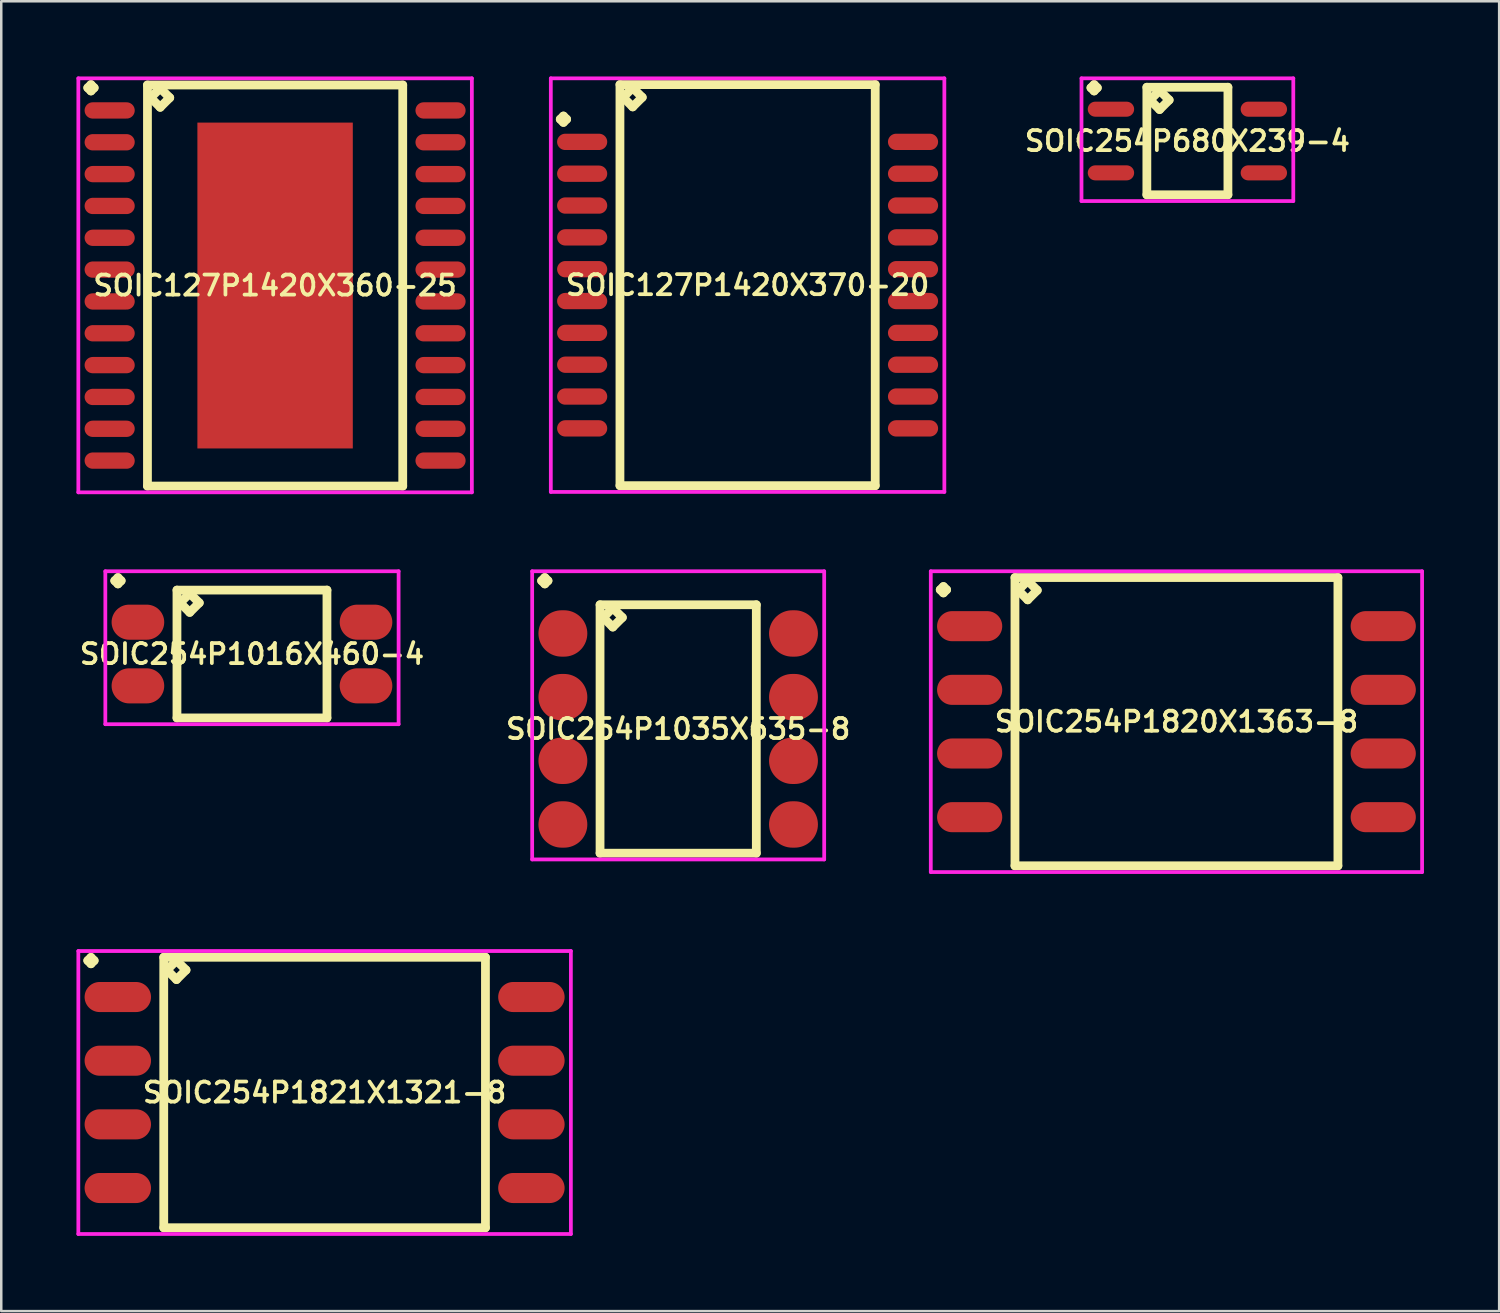
<source format=kicad_pcb>
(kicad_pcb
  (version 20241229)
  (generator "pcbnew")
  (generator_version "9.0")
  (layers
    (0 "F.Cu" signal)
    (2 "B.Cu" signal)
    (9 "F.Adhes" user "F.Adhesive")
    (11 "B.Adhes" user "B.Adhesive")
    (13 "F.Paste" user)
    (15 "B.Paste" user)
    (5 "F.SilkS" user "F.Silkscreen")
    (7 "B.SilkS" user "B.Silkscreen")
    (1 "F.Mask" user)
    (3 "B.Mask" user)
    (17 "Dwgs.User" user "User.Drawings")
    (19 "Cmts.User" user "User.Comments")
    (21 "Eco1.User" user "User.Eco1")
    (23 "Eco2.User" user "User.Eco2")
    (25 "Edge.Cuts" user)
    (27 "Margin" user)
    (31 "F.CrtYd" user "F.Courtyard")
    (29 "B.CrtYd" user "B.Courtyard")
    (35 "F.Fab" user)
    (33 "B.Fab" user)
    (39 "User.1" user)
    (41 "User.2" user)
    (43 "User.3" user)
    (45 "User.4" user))
  (footprint "SOIC127P1420X370-20"
    (layer "F.Cu")
    (at 26.775 8.325)
    (property "Reference" "SOIC127P1420X370-20" (at 0 0 0) (layer "F.SilkS") (effects (font (size 0.8 0.8) (thickness 0.15))))
    (attr smd)
    (fp_line (start -7.473 -6.619) (end -7.346 -6.746) (stroke (width 0.35) (type solid)) (layer "F.SilkS"))
    (fp_line (start -7.346 -6.746) (end -7.219 -6.619) (stroke (width 0.35) (type solid)) (layer "F.SilkS"))
    (fp_line (start -7.346 -6.492) (end -7.473 -6.619) (stroke (width 0.35) (type solid)) (layer "F.SilkS"))
    (fp_line (start -7.219 -6.619) (end -7.346 -6.492) (stroke (width 0.35) (type solid)) (layer "F.SilkS"))
    (fp_line (start -5.092 -8) (end -5.092 8) (stroke (width 0.35) (type solid)) (layer "F.SilkS"))
    (fp_line (start -5.092 8) (end 5.092 8) (stroke (width 0.35) (type solid)) (layer "F.SilkS"))
    (fp_line (start -4.965 -7.492) (end -4.584 -7.873) (stroke (width 0.35) (type solid)) (layer "F.SilkS"))
    (fp_line (start -4.584 -7.873) (end -4.203 -7.492) (stroke (width 0.35) (type solid)) (layer "F.SilkS"))
    (fp_line (start -4.584 -7.111) (end -4.965 -7.492) (stroke (width 0.35) (type solid)) (layer "F.SilkS"))
    (fp_line (start -4.203 -7.492) (end -4.584 -7.111) (stroke (width 0.35) (type solid)) (layer "F.SilkS"))
    (fp_line (start 5.092 -8) (end -5.092 -8) (stroke (width 0.35) (type solid)) (layer "F.SilkS"))
    (fp_line (start 5.092 8) (end 5.092 -8) (stroke (width 0.35) (type solid)) (layer "F.SilkS"))
    (fp_line (start -7.85 -8.25) (end 7.85 -8.25) (stroke (width 0.15) (type solid)) (layer "F.CrtYd"))
    (fp_line (start -7.85 8.25) (end -7.85 -8.25) (stroke (width 0.15) (type solid)) (layer "F.CrtYd"))
    (fp_line (start 7.85 -8.25) (end 7.85 8.25) (stroke (width 0.15) (type solid)) (layer "F.CrtYd"))
    (fp_line (start 7.85 8.25) (end -7.85 8.25) (stroke (width 0.15) (type solid)) (layer "F.CrtYd"))
    (pad "1" smd oval (at -6.6 -5.715) (size 2 0.65) (layers "F.Cu" "F.Mask" "F.Paste"))
    (pad "2" smd oval (at -6.6 -4.445) (size 2 0.65) (layers "F.Cu" "F.Mask" "F.Paste"))
    (pad "3" smd oval (at -6.6 -3.175) (size 2 0.65) (layers "F.Cu" "F.Mask" "F.Paste"))
    (pad "4" smd oval (at -6.6 -1.905) (size 2 0.65) (layers "F.Cu" "F.Mask" "F.Paste"))
    (pad "5" smd oval (at -6.6 -0.635) (size 2 0.65) (layers "F.Cu" "F.Mask" "F.Paste"))
    (pad "6" smd oval (at -6.6 0.635) (size 2 0.65) (layers "F.Cu" "F.Mask" "F.Paste"))
    (pad "7" smd oval (at -6.6 1.905) (size 2 0.65) (layers "F.Cu" "F.Mask" "F.Paste"))
    (pad "8" smd oval (at -6.6 3.175) (size 2 0.65) (layers "F.Cu" "F.Mask" "F.Paste"))
    (pad "9" smd oval (at -6.6 4.445) (size 2 0.65) (layers "F.Cu" "F.Mask" "F.Paste"))
    (pad "10" smd oval (at -6.6 5.715) (size 2 0.65) (layers "F.Cu" "F.Mask" "F.Paste"))
    (pad "11" smd oval (at 6.6 5.715) (size 2 0.65) (layers "F.Cu" "F.Mask" "F.Paste"))
    (pad "12" smd oval (at 6.6 4.445) (size 2 0.65) (layers "F.Cu" "F.Mask" "F.Paste"))
    (pad "13" smd oval (at 6.6 3.175) (size 2 0.65) (layers "F.Cu" "F.Mask" "F.Paste"))
    (pad "14" smd oval (at 6.6 1.905) (size 2 0.65) (layers "F.Cu" "F.Mask" "F.Paste"))
    (pad "15" smd oval (at 6.6 0.635) (size 2 0.65) (layers "F.Cu" "F.Mask" "F.Paste"))
    (pad "16" smd oval (at 6.6 -0.635) (size 2 0.65) (layers "F.Cu" "F.Mask" "F.Paste"))
    (pad "17" smd oval (at 6.6 -1.905) (size 2 0.65) (layers "F.Cu" "F.Mask" "F.Paste"))
    (pad "18" smd oval (at 6.6 -3.175) (size 2 0.65) (layers "F.Cu" "F.Mask" "F.Paste"))
    (pad "19" smd oval (at 6.6 -4.445) (size 2 0.65) (layers "F.Cu" "F.Mask" "F.Paste"))
    (pad "20" smd oval (at 6.6 -5.715) (size 2 0.65) (layers "F.Cu" "F.Mask" "F.Paste")))
  (footprint "SOIC254P1035X635-8"
    (layer "F.Cu")
    (at 24.006 26.032)
    (property "Reference" "SOIC254P1035X635-8" (at 0 0 0) (layer "F.SilkS") (effects (font (size 0.8 0.8) (thickness 0.15))))
    (attr through_hole)
    (fp_line (start -5.448 -5.914) (end -5.321 -6.041) (stroke (width 0.35) (type solid)) (layer "F.SilkS"))
    (fp_line (start -5.321 -6.041) (end -5.194 -5.914) (stroke (width 0.35) (type solid)) (layer "F.SilkS"))
    (fp_line (start -5.321 -5.787) (end -5.448 -5.914) (stroke (width 0.35) (type solid)) (layer "F.SilkS"))
    (fp_line (start -5.194 -5.914) (end -5.321 -5.787) (stroke (width 0.35) (type solid)) (layer "F.SilkS"))
    (fp_line (start -3.117 -4.955) (end -3.117 4.955) (stroke (width 0.35) (type solid)) (layer "F.SilkS"))
    (fp_line (start -3.117 4.955) (end 3.117 4.955) (stroke (width 0.35) (type solid)) (layer "F.SilkS"))
    (fp_line (start -2.99 -4.447) (end -2.609 -4.828) (stroke (width 0.35) (type solid)) (layer "F.SilkS"))
    (fp_line (start -2.609 -4.828) (end -2.228 -4.447) (stroke (width 0.35) (type solid)) (layer "F.SilkS"))
    (fp_line (start -2.609 -4.066) (end -2.99 -4.447) (stroke (width 0.35) (type solid)) (layer "F.SilkS"))
    (fp_line (start -2.228 -4.447) (end -2.609 -4.066) (stroke (width 0.35) (type solid)) (layer "F.SilkS"))
    (fp_line (start 3.117 -4.955) (end -3.117 -4.955) (stroke (width 0.35) (type solid)) (layer "F.SilkS"))
    (fp_line (start 3.117 4.955) (end 3.117 -4.955) (stroke (width 0.35) (type solid)) (layer "F.SilkS"))
    (fp_line (start -5.825 -6.291) (end 5.825 -6.291) (stroke (width 0.15) (type solid)) (layer "F.CrtYd"))
    (fp_line (start -5.825 5.205) (end -5.825 -6.291) (stroke (width 0.15) (type solid)) (layer "F.CrtYd"))
    (fp_line (start 5.825 -6.291) (end 5.825 5.205) (stroke (width 0.15) (type solid)) (layer "F.CrtYd"))
    (fp_line (start 5.825 5.205) (end -5.825 5.205) (stroke (width 0.15) (type solid)) (layer "F.CrtYd"))
    (pad "1" smd oval (at -4.6 -3.81) (size 1.95 1.85) (layers "F.Cu" "F.Mask" "F.Paste"))
    (pad "2" smd oval (at -4.6 -1.27) (size 1.95 1.85) (layers "F.Cu" "F.Mask" "F.Paste"))
    (pad "3" smd oval (at -4.6 1.27) (size 1.95 1.85) (layers "F.Cu" "F.Mask" "F.Paste"))
    (pad "4" smd oval (at -4.6 3.81) (size 1.95 1.85) (layers "F.Cu" "F.Mask" "F.Paste"))
    (pad "5" smd oval (at 4.6 3.81) (size 1.95 1.85) (layers "F.Cu" "F.Mask" "F.Paste"))
    (pad "6" smd oval (at 4.6 1.27) (size 1.95 1.85) (layers "F.Cu" "F.Mask" "F.Paste"))
    (pad "7" smd oval (at 4.6 -1.27) (size 1.95 1.85) (layers "F.Cu" "F.Mask" "F.Paste"))
    (pad "8" smd oval (at 4.6 -3.81) (size 1.95 1.85) (layers "F.Cu" "F.Mask" "F.Paste")))
  (footprint "SOIC254P1820X1363-8"
    (layer "F.Cu")
    (at 43.884 25.741)
    (property "Reference" "SOIC254P1820X1363-8" (at 0 0 0) (layer "F.SilkS") (effects (font (size 0.8 0.8) (thickness 0.15))))
    (attr through_hole)
    (fp_line (start -9.423 -5.264) (end -9.296 -5.391) (stroke (width 0.35) (type solid)) (layer "F.SilkS"))
    (fp_line (start -9.296 -5.391) (end -9.169 -5.264) (stroke (width 0.35) (type solid)) (layer "F.SilkS"))
    (fp_line (start -9.296 -5.137) (end -9.423 -5.264) (stroke (width 0.35) (type solid)) (layer "F.SilkS"))
    (fp_line (start -9.169 -5.264) (end -9.296 -5.137) (stroke (width 0.35) (type solid)) (layer "F.SilkS"))
    (fp_line (start -6.442 -5.75) (end -6.442 5.75) (stroke (width 0.35) (type solid)) (layer "F.SilkS"))
    (fp_line (start -6.442 5.75) (end 6.442 5.75) (stroke (width 0.35) (type solid)) (layer "F.SilkS"))
    (fp_line (start -6.315 -5.242) (end -5.934 -5.623) (stroke (width 0.35) (type solid)) (layer "F.SilkS"))
    (fp_line (start -5.934 -5.623) (end -5.553 -5.242) (stroke (width 0.35) (type solid)) (layer "F.SilkS"))
    (fp_line (start -5.934 -4.861) (end -6.315 -5.242) (stroke (width 0.35) (type solid)) (layer "F.SilkS"))
    (fp_line (start -5.553 -5.242) (end -5.934 -4.861) (stroke (width 0.35) (type solid)) (layer "F.SilkS"))
    (fp_line (start 6.442 -5.75) (end -6.442 -5.75) (stroke (width 0.35) (type solid)) (layer "F.SilkS"))
    (fp_line (start 6.442 5.75) (end 6.442 -5.75) (stroke (width 0.35) (type solid)) (layer "F.SilkS"))
    (fp_line (start -9.8 -6) (end 9.8 -6) (stroke (width 0.15) (type solid)) (layer "F.CrtYd"))
    (fp_line (start -9.8 6) (end -9.8 -6) (stroke (width 0.15) (type solid)) (layer "F.CrtYd"))
    (fp_line (start 9.8 -6) (end 9.8 6) (stroke (width 0.15) (type solid)) (layer "F.CrtYd"))
    (fp_line (start 9.8 6) (end -9.8 6) (stroke (width 0.15) (type solid)) (layer "F.CrtYd"))
    (pad "1" smd oval (at -8.25 -3.81) (size 2.6 1.2) (layers "F.Cu" "F.Mask" "F.Paste"))
    (pad "2" smd oval (at -8.25 -1.27) (size 2.6 1.2) (layers "F.Cu" "F.Mask" "F.Paste"))
    (pad "3" smd oval (at -8.25 1.27) (size 2.6 1.2) (layers "F.Cu" "F.Mask" "F.Paste"))
    (pad "4" smd oval (at -8.25 3.81) (size 2.6 1.2) (layers "F.Cu" "F.Mask" "F.Paste"))
    (pad "5" smd oval (at 8.25 3.81) (size 2.6 1.2) (layers "F.Cu" "F.Mask" "F.Paste"))
    (pad "6" smd oval (at 8.25 1.27) (size 2.6 1.2) (layers "F.Cu" "F.Mask" "F.Paste"))
    (pad "7" smd oval (at 8.25 -1.27) (size 2.6 1.2) (layers "F.Cu" "F.Mask" "F.Paste"))
    (pad "8" smd oval (at 8.25 -3.81) (size 2.6 1.2) (layers "F.Cu" "F.Mask" "F.Paste")))
  (footprint "SOIC254P680X239-4"
    (layer "F.Cu")
    (at 44.321 2.576)
    (property "Reference" "SOIC254P680X239-4" (at 0 0 0) (layer "F.SilkS") (effects (font (size 0.8 0.8) (thickness 0.15))))
    (attr smd)
    (fp_line (start -3.848 -2.124) (end -3.721 -2.251) (stroke (width 0.35) (type solid)) (layer "F.SilkS"))
    (fp_line (start -3.721 -2.251) (end -3.594 -2.124) (stroke (width 0.35) (type solid)) (layer "F.SilkS"))
    (fp_line (start -3.721 -1.997) (end -3.848 -2.124) (stroke (width 0.35) (type solid)) (layer "F.SilkS"))
    (fp_line (start -3.594 -2.124) (end -3.721 -1.997) (stroke (width 0.35) (type solid)) (layer "F.SilkS"))
    (fp_line (start -1.617 -2.145) (end -1.617 2.145) (stroke (width 0.35) (type solid)) (layer "F.SilkS"))
    (fp_line (start -1.617 2.145) (end 1.617 2.145) (stroke (width 0.35) (type solid)) (layer "F.SilkS"))
    (fp_line (start -1.49 -1.637) (end -1.109 -2.018) (stroke (width 0.35) (type solid)) (layer "F.SilkS"))
    (fp_line (start -1.109 -2.018) (end -0.728 -1.637) (stroke (width 0.35) (type solid)) (layer "F.SilkS"))
    (fp_line (start -1.109 -1.256) (end -1.49 -1.637) (stroke (width 0.35) (type solid)) (layer "F.SilkS"))
    (fp_line (start -0.728 -1.637) (end -1.109 -1.256) (stroke (width 0.35) (type solid)) (layer "F.SilkS"))
    (fp_line (start 1.617 -2.145) (end -1.617 -2.145) (stroke (width 0.35) (type solid)) (layer "F.SilkS"))
    (fp_line (start 1.617 2.145) (end 1.617 -2.145) (stroke (width 0.35) (type solid)) (layer "F.SilkS"))
    (fp_line (start -4.225 -2.501) (end 4.225 -2.501) (stroke (width 0.15) (type solid)) (layer "F.CrtYd"))
    (fp_line (start -4.225 2.395) (end -4.225 -2.501) (stroke (width 0.15) (type solid)) (layer "F.CrtYd"))
    (fp_line (start 4.225 -2.501) (end 4.225 2.395) (stroke (width 0.15) (type solid)) (layer "F.CrtYd"))
    (fp_line (start 4.225 2.395) (end -4.225 2.395) (stroke (width 0.15) (type solid)) (layer "F.CrtYd"))
    (pad "1" smd oval (at -3.05 -1.27) (size 1.85 0.6) (layers "F.Cu" "F.Mask" "F.Paste"))
    (pad "2" smd oval (at -3.05 1.27) (size 1.85 0.6) (layers "F.Cu" "F.Mask" "F.Paste"))
    (pad "3" smd oval (at 3.05 1.27) (size 1.85 0.6) (layers "F.Cu" "F.Mask" "F.Paste"))
    (pad "4" smd oval (at 3.05 -1.27) (size 1.85 0.6) (layers "F.Cu" "F.Mask" "F.Paste")))
  (footprint "SOIC254P1821X1321-8"
    (layer "F.Cu")
    (at 9.9 40.536)
    (property "Reference" "SOIC254P1821X1321-8" (at 0 0 0) (layer "F.SilkS") (effects (font (size 0.8 0.8) (thickness 0.15))))
    (attr smd)
    (fp_line (start -9.448 -5.264) (end -9.321 -5.391) (stroke (width 0.35) (type solid)) (layer "F.SilkS"))
    (fp_line (start -9.321 -5.391) (end -9.194 -5.264) (stroke (width 0.35) (type solid)) (layer "F.SilkS"))
    (fp_line (start -9.321 -5.137) (end -9.448 -5.264) (stroke (width 0.35) (type solid)) (layer "F.SilkS"))
    (fp_line (start -9.194 -5.264) (end -9.321 -5.137) (stroke (width 0.35) (type solid)) (layer "F.SilkS"))
    (fp_line (start -6.417 -5.395) (end -6.417 5.395) (stroke (width 0.35) (type solid)) (layer "F.SilkS"))
    (fp_line (start -6.417 5.395) (end 6.417 5.395) (stroke (width 0.35) (type solid)) (layer "F.SilkS"))
    (fp_line (start -6.29 -4.887) (end -5.909 -5.268) (stroke (width 0.35) (type solid)) (layer "F.SilkS"))
    (fp_line (start -5.909 -5.268) (end -5.528 -4.887) (stroke (width 0.35) (type solid)) (layer "F.SilkS"))
    (fp_line (start -5.909 -4.506) (end -6.29 -4.887) (stroke (width 0.35) (type solid)) (layer "F.SilkS"))
    (fp_line (start -5.528 -4.887) (end -5.909 -4.506) (stroke (width 0.35) (type solid)) (layer "F.SilkS"))
    (fp_line (start 6.417 -5.395) (end -6.417 -5.395) (stroke (width 0.35) (type solid)) (layer "F.SilkS"))
    (fp_line (start 6.417 5.395) (end 6.417 -5.395) (stroke (width 0.35) (type solid)) (layer "F.SilkS"))
    (fp_line (start -9.825 -5.645) (end 9.825 -5.645) (stroke (width 0.15) (type solid)) (layer "F.CrtYd"))
    (fp_line (start -9.825 5.645) (end -9.825 -5.645) (stroke (width 0.15) (type solid)) (layer "F.CrtYd"))
    (fp_line (start 9.825 -5.645) (end 9.825 5.645) (stroke (width 0.15) (type solid)) (layer "F.CrtYd"))
    (fp_line (start 9.825 5.645) (end -9.825 5.645) (stroke (width 0.15) (type solid)) (layer "F.CrtYd"))
    (pad "1" smd oval (at -8.25 -3.81) (size 2.65 1.2) (layers "F.Cu" "F.Mask" "F.Paste"))
    (pad "2" smd oval (at -8.25 -1.27) (size 2.65 1.2) (layers "F.Cu" "F.Mask" "F.Paste"))
    (pad "3" smd oval (at -8.25 1.27) (size 2.65 1.2) (layers "F.Cu" "F.Mask" "F.Paste"))
    (pad "4" smd oval (at -8.25 3.81) (size 2.65 1.2) (layers "F.Cu" "F.Mask" "F.Paste"))
    (pad "5" smd oval (at 8.25 3.81) (size 2.65 1.2) (layers "F.Cu" "F.Mask" "F.Paste"))
    (pad "6" smd oval (at 8.25 1.27) (size 2.65 1.2) (layers "F.Cu" "F.Mask" "F.Paste"))
    (pad "7" smd oval (at 8.25 -1.27) (size 2.65 1.2) (layers "F.Cu" "F.Mask" "F.Paste"))
    (pad "8" smd oval (at 8.25 -3.81) (size 2.65 1.2) (layers "F.Cu" "F.Mask" "F.Paste")))
  (footprint "SOIC254P1016X460-4"
    (layer "F.Cu")
    (at 7.002 23.042)
    (property "Reference" "SOIC254P1016X460-4" (at 0 0 0) (layer "F.SilkS") (effects (font (size 0.8 0.8) (thickness 0.15))))
    (attr smd)
    (fp_line (start -5.473 -2.924) (end -5.346 -3.051) (stroke (width 0.35) (type solid)) (layer "F.SilkS"))
    (fp_line (start -5.346 -3.051) (end -5.219 -2.924) (stroke (width 0.35) (type solid)) (layer "F.SilkS"))
    (fp_line (start -5.346 -2.797) (end -5.473 -2.924) (stroke (width 0.35) (type solid)) (layer "F.SilkS"))
    (fp_line (start -5.219 -2.924) (end -5.346 -2.797) (stroke (width 0.35) (type solid)) (layer "F.SilkS"))
    (fp_line (start -2.992 -2.55) (end -2.992 2.55) (stroke (width 0.35) (type solid)) (layer "F.SilkS"))
    (fp_line (start -2.992 2.55) (end 2.992 2.55) (stroke (width 0.35) (type solid)) (layer "F.SilkS"))
    (fp_line (start -2.865 -2.042) (end -2.484 -2.423) (stroke (width 0.35) (type solid)) (layer "F.SilkS"))
    (fp_line (start -2.484 -2.423) (end -2.103 -2.042) (stroke (width 0.35) (type solid)) (layer "F.SilkS"))
    (fp_line (start -2.484 -1.661) (end -2.865 -2.042) (stroke (width 0.35) (type solid)) (layer "F.SilkS"))
    (fp_line (start -2.103 -2.042) (end -2.484 -1.661) (stroke (width 0.35) (type solid)) (layer "F.SilkS"))
    (fp_line (start 2.992 -2.55) (end -2.992 -2.55) (stroke (width 0.35) (type solid)) (layer "F.SilkS"))
    (fp_line (start 2.992 2.55) (end 2.992 -2.55) (stroke (width 0.35) (type solid)) (layer "F.SilkS"))
    (fp_line (start -5.85 -3.301) (end 5.85 -3.301) (stroke (width 0.15) (type solid)) (layer "F.CrtYd"))
    (fp_line (start -5.85 2.8) (end -5.85 -3.301) (stroke (width 0.15) (type solid)) (layer "F.CrtYd"))
    (fp_line (start 5.85 -3.301) (end 5.85 2.8) (stroke (width 0.15) (type solid)) (layer "F.CrtYd"))
    (fp_line (start 5.85 2.8) (end -5.85 2.8) (stroke (width 0.15) (type solid)) (layer "F.CrtYd"))
    (pad "1" smd oval (at -4.55 -1.27) (size 2.1 1.4) (layers "F.Cu" "F.Mask" "F.Paste"))
    (pad "2" smd oval (at -4.55 1.27) (size 2.1 1.4) (layers "F.Cu" "F.Mask" "F.Paste"))
    (pad "3" smd oval (at 4.55 1.27) (size 2.1 1.4) (layers "F.Cu" "F.Mask" "F.Paste"))
    (pad "4" smd oval (at 4.55 -1.27) (size 2.1 1.4) (layers "F.Cu" "F.Mask" "F.Paste")))
  (footprint "SOIC127P1420X360-25"
    (layer "F.Cu")
    (at 7.925 8.341)
    (property "Reference" "SOIC127P1420X360-25" (at 0 0 0) (layer "F.SilkS") (effects (font (size 0.8 0.8) (thickness 0.15))))
    (attr through_hole)
    (fp_line (start -7.473 -7.889) (end -7.346 -8.016) (stroke (width 0.35) (type solid)) (layer "F.SilkS"))
    (fp_line (start -7.346 -8.016) (end -7.219 -7.889) (stroke (width 0.35) (type solid)) (layer "F.SilkS"))
    (fp_line (start -7.346 -7.762) (end -7.473 -7.889) (stroke (width 0.35) (type solid)) (layer "F.SilkS"))
    (fp_line (start -7.219 -7.889) (end -7.346 -7.762) (stroke (width 0.35) (type solid)) (layer "F.SilkS"))
    (fp_line (start -5.092 -8) (end -5.092 8) (stroke (width 0.35) (type solid)) (layer "F.SilkS"))
    (fp_line (start -5.092 8) (end 5.092 8) (stroke (width 0.35) (type solid)) (layer "F.SilkS"))
    (fp_line (start -4.965 -7.492) (end -4.584 -7.873) (stroke (width 0.35) (type solid)) (layer "F.SilkS"))
    (fp_line (start -4.584 -7.873) (end -4.203 -7.492) (stroke (width 0.35) (type solid)) (layer "F.SilkS"))
    (fp_line (start -4.584 -7.111) (end -4.965 -7.492) (stroke (width 0.35) (type solid)) (layer "F.SilkS"))
    (fp_line (start -4.203 -7.492) (end -4.584 -7.111) (stroke (width 0.35) (type solid)) (layer "F.SilkS"))
    (fp_line (start 5.092 -8) (end -5.092 -8) (stroke (width 0.35) (type solid)) (layer "F.SilkS"))
    (fp_line (start 5.092 8) (end 5.092 -8) (stroke (width 0.35) (type solid)) (layer "F.SilkS"))
    (fp_line (start -7.85 -8.266) (end 7.85 -8.266) (stroke (width 0.15) (type solid)) (layer "F.CrtYd"))
    (fp_line (start -7.85 8.25) (end -7.85 -8.266) (stroke (width 0.15) (type solid)) (layer "F.CrtYd"))
    (fp_line (start 7.85 -8.266) (end 7.85 8.25) (stroke (width 0.15) (type solid)) (layer "F.CrtYd"))
    (fp_line (start 7.85 8.25) (end -7.85 8.25) (stroke (width 0.15) (type solid)) (layer "F.CrtYd"))
    (pad "1" smd oval (at -6.6 -6.985) (size 2 0.65) (layers "F.Cu" "F.Mask" "F.Paste"))
    (pad "2" smd oval (at -6.6 -5.715) (size 2 0.65) (layers "F.Cu" "F.Mask" "F.Paste"))
    (pad "3" smd oval (at -6.6 -4.445) (size 2 0.65) (layers "F.Cu" "F.Mask" "F.Paste"))
    (pad "4" smd oval (at -6.6 -3.175) (size 2 0.65) (layers "F.Cu" "F.Mask" "F.Paste"))
    (pad "5" smd oval (at -6.6 -1.905) (size 2 0.65) (layers "F.Cu" "F.Mask" "F.Paste"))
    (pad "6" smd oval (at -6.6 -0.635) (size 2 0.65) (layers "F.Cu" "F.Mask" "F.Paste"))
    (pad "7" smd oval (at -6.6 0.635) (size 2 0.65) (layers "F.Cu" "F.Mask" "F.Paste"))
    (pad "8" smd oval (at -6.6 1.905) (size 2 0.65) (layers "F.Cu" "F.Mask" "F.Paste"))
    (pad "9" smd oval (at -6.6 3.175) (size 2 0.65) (layers "F.Cu" "F.Mask" "F.Paste"))
    (pad "10" smd oval (at -6.6 4.445) (size 2 0.65) (layers "F.Cu" "F.Mask" "F.Paste"))
    (pad "11" smd oval (at -6.6 5.715) (size 2 0.65) (layers "F.Cu" "F.Mask" "F.Paste"))
    (pad "12" smd oval (at -6.6 6.985) (size 2 0.65) (layers "F.Cu" "F.Mask" "F.Paste"))
    (pad "13" smd oval (at 6.6 6.985) (size 2 0.65) (layers "F.Cu" "F.Mask" "F.Paste"))
    (pad "14" smd oval (at 6.6 5.715) (size 2 0.65) (layers "F.Cu" "F.Mask" "F.Paste"))
    (pad "15" smd oval (at 6.6 4.445) (size 2 0.65) (layers "F.Cu" "F.Mask" "F.Paste"))
    (pad "16" smd oval (at 6.6 3.175) (size 2 0.65) (layers "F.Cu" "F.Mask" "F.Paste"))
    (pad "17" smd oval (at 6.6 1.905) (size 2 0.65) (layers "F.Cu" "F.Mask" "F.Paste"))
    (pad "18" smd oval (at 6.6 0.635) (size 2 0.65) (layers "F.Cu" "F.Mask" "F.Paste"))
    (pad "19" smd oval (at 6.6 -0.635) (size 2 0.65) (layers "F.Cu" "F.Mask" "F.Paste"))
    (pad "20" smd oval (at 6.6 -1.905) (size 2 0.65) (layers "F.Cu" "F.Mask" "F.Paste"))
    (pad "21" smd oval (at 6.6 -3.175) (size 2 0.65) (layers "F.Cu" "F.Mask" "F.Paste"))
    (pad "22" smd oval (at 6.6 -4.445) (size 2 0.65) (layers "F.Cu" "F.Mask" "F.Paste"))
    (pad "23" smd oval (at 6.6 -5.715) (size 2 0.65) (layers "F.Cu" "F.Mask" "F.Paste"))
    (pad "24" smd oval (at 6.6 -6.985) (size 2 0.65) (layers "F.Cu" "F.Mask" "F.Paste"))
    (pad "25" smd rect (at 0 0) (size 6.2 13) (layers "F.Cu" "F.Mask" "F.Paste")))
  (gr_rect
    (start -3 -3)
    (end 56.759 49.256)
    (stroke (width 0.1) (type default))
    (fill no)
    (layer "Edge.Cuts")))
</source>
